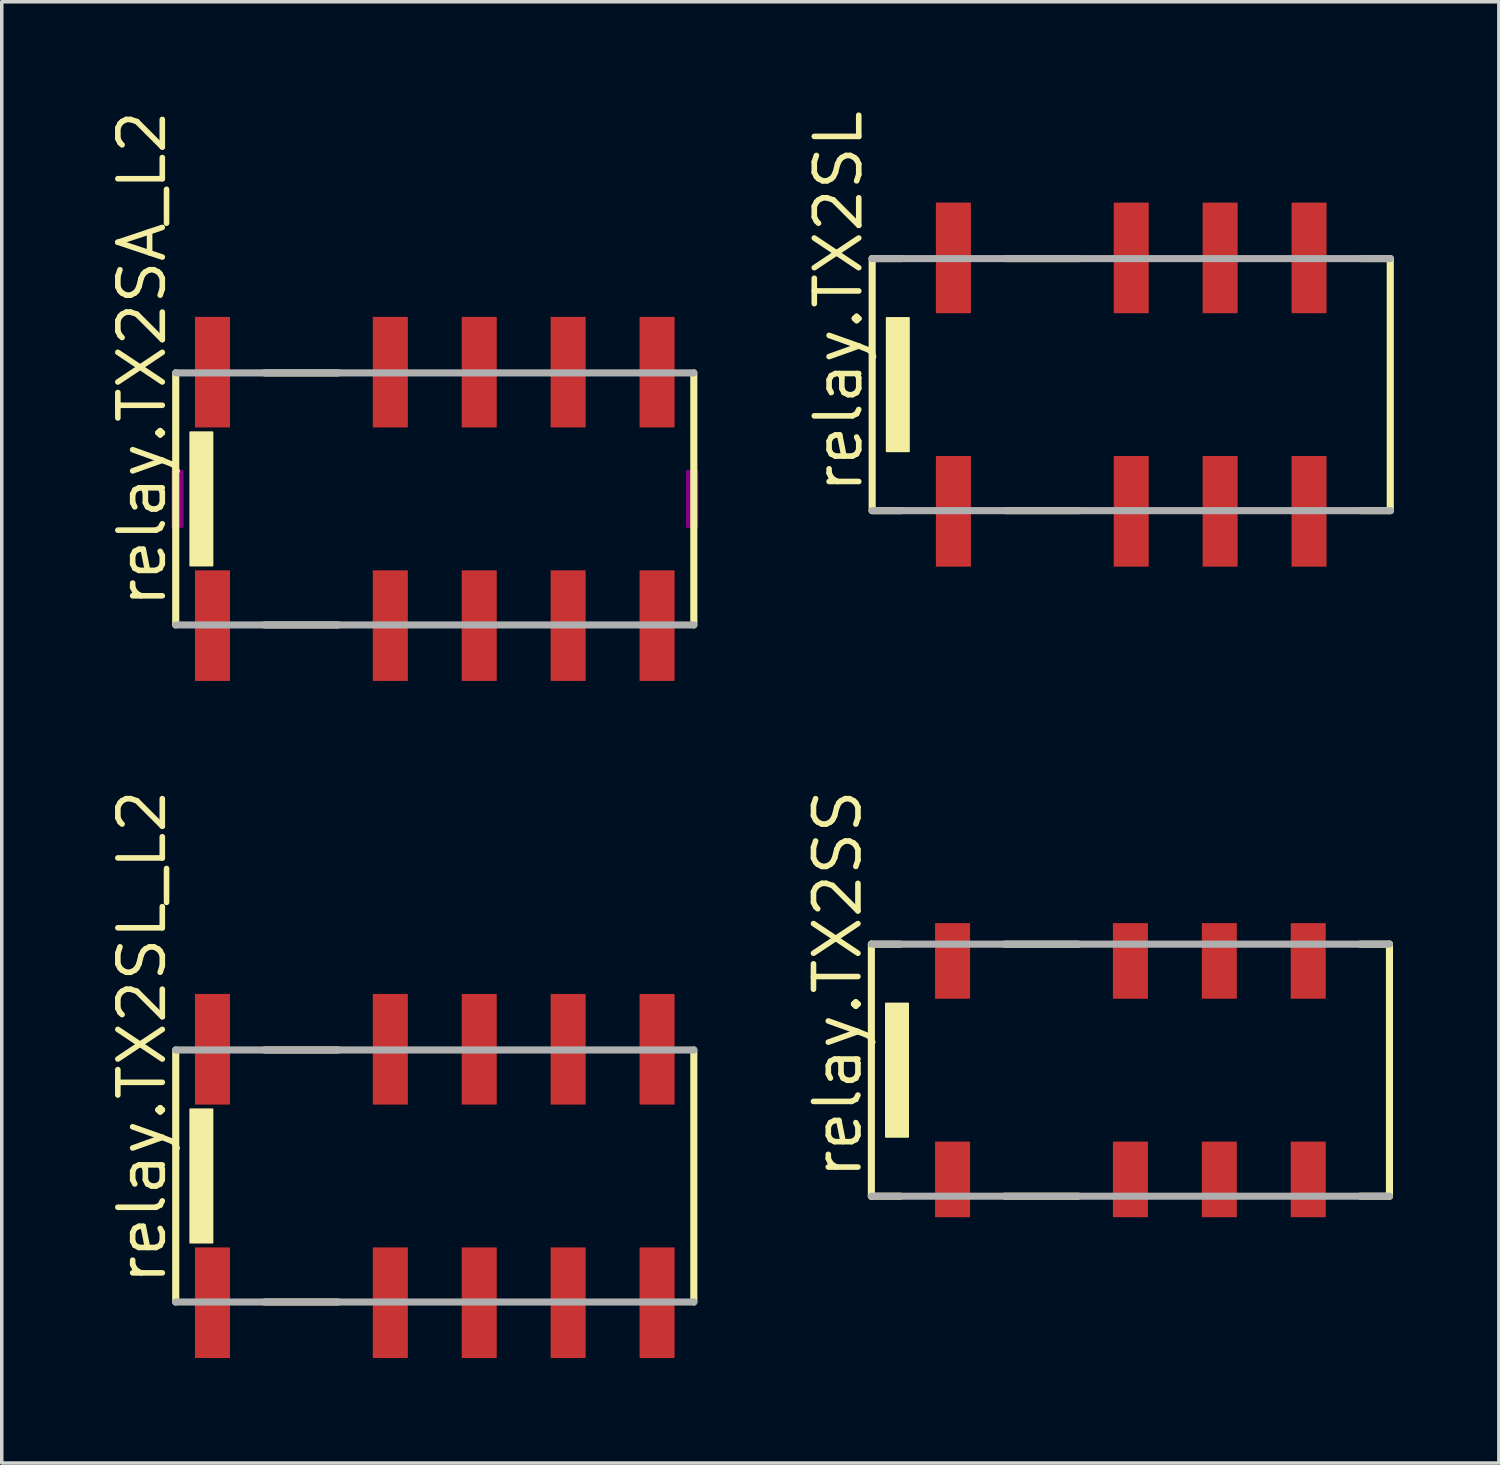
<source format=kicad_pcb>
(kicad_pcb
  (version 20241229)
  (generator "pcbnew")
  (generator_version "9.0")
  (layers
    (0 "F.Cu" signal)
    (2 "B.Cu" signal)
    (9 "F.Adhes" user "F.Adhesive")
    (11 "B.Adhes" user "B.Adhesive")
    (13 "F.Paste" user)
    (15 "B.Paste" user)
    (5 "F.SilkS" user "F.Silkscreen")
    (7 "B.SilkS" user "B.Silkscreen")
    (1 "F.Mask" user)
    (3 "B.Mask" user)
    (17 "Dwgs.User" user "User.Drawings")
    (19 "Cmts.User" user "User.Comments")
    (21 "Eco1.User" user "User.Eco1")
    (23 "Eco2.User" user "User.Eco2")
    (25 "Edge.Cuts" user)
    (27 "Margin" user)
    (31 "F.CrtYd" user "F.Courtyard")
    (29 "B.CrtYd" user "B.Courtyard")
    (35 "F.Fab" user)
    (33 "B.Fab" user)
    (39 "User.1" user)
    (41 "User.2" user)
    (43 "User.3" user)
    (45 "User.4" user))
  (footprint "relay.TX2SL_L2"
    (layer "F.Cu")
    (at 9.37 30.544)
    (property "Reference" "relay.TX2SL_L2" (at -7.62 3.175 90) (layer "F.SilkS") (effects (font (size 1.27 1.27) (thickness 0.16)) (justify left bottom)))
    (attr smd)
    (fp_line (start -7.4 3.6) (end -7.4 -3.6) (stroke (width 0.203) (type default)) (layer "F.SilkS"))
    (fp_line (start -4.86 -3.6) (end -2.76 -3.6) (stroke (width 0.203) (type default)) (layer "F.SilkS"))
    (fp_line (start -2.76 3.6) (end -4.86 3.6) (stroke (width 0.203) (type default)) (layer "F.SilkS"))
    (fp_line (start 7.4 -3.6) (end 7.4 3.6) (stroke (width 0.203) (type default)) (layer "F.SilkS"))
    (fp_rect (start -6.985 1.905) (end -6.35 -1.905) (stroke (width 0.05) (type default)) (fill yes) (layer "F.SilkS"))
    (fp_line (start -7.4 -3.6) (end 7.4 -3.6) (stroke (width 0.203) (type default)) (layer "F.Fab"))
    (fp_line (start 7.4 3.6) (end -7.4 3.6) (stroke (width 0.203) (type default)) (layer "F.Fab"))
    (pad "1" smd roundrect (at -6.35 3.62) (size 1 3.16) (layers "F.Cu" "F.Mask" "F.Paste") (roundrect_rratio 0.01))
    (pad "3" smd roundrect (at -1.27 3.62) (size 1 3.16) (layers "F.Cu" "F.Mask" "F.Paste") (roundrect_rratio 0.01))
    (pad "4" smd roundrect (at 1.27 3.62) (size 1 3.16) (layers "F.Cu" "F.Mask" "F.Paste") (roundrect_rratio 0.01))
    (pad "5" smd roundrect (at 3.81 3.62) (size 1 3.16) (layers "F.Cu" "F.Mask" "F.Paste") (roundrect_rratio 0.01))
    (pad "6" smd roundrect (at 6.35 3.62) (size 1 3.16) (layers "F.Cu" "F.Mask" "F.Paste") (roundrect_rratio 0.01))
    (pad "7" smd roundrect (at 6.35 -3.62 180) (size 1 3.16) (layers "F.Cu" "F.Mask" "F.Paste") (roundrect_rratio 0.01))
    (pad "8" smd roundrect (at 3.81 -3.62 180) (size 1 3.16) (layers "F.Cu" "F.Mask" "F.Paste") (roundrect_rratio 0.01))
    (pad "9" smd roundrect (at 1.27 -3.62 180) (size 1 3.16) (layers "F.Cu" "F.Mask" "F.Paste") (roundrect_rratio 0.01))
    (pad "10" smd roundrect (at -1.27 -3.62 180) (size 1 3.16) (layers "F.Cu" "F.Mask" "F.Paste") (roundrect_rratio 0.01))
    (pad "12" smd roundrect (at -6.35 -3.62 180) (size 1 3.16) (layers "F.Cu" "F.Mask" "F.Paste") (roundrect_rratio 0.01)))
  (footprint "relay.TX2SS"
    (layer "F.Cu")
    (at 29.242 27.521)
    (property "Reference" "relay.TX2SS" (at -7.62 3.175 90) (layer "F.SilkS") (effects (font (size 1.27 1.27) (thickness 0.16)) (justify left bottom)))
    (attr smd)
    (fp_line (start -7.4 -3.6) (end -6.57 -3.6) (stroke (width 0.203) (type default)) (layer "F.SilkS"))
    (fp_line (start -7.4 3.6) (end -7.4 -3.6) (stroke (width 0.203) (type default)) (layer "F.SilkS"))
    (fp_line (start -6.57 3.6) (end -7.4 3.6) (stroke (width 0.203) (type default)) (layer "F.SilkS"))
    (fp_line (start -3.59 -3.6) (end -1.49 -3.6) (stroke (width 0.203) (type default)) (layer "F.SilkS"))
    (fp_line (start -1.49 3.6) (end -3.59 3.6) (stroke (width 0.203) (type default)) (layer "F.SilkS"))
    (fp_line (start 6.57 -3.6) (end 7.4 -3.6) (stroke (width 0.203) (type default)) (layer "F.SilkS"))
    (fp_line (start 7.4 -3.6) (end 7.4 3.6) (stroke (width 0.203) (type default)) (layer "F.SilkS"))
    (fp_line (start 7.4 3.6) (end 6.57 3.6) (stroke (width 0.203) (type default)) (layer "F.SilkS"))
    (fp_rect (start -6.985 1.905) (end -6.35 -1.905) (stroke (width 0.05) (type default)) (fill yes) (layer "F.SilkS"))
    (fp_line (start -7.4 -3.6) (end 7.4 -3.6) (stroke (width 0.203) (type default)) (layer "F.Fab"))
    (fp_line (start 7.4 3.6) (end -7.4 3.6) (stroke (width 0.203) (type default)) (layer "F.Fab"))
    (pad "1" smd roundrect (at -5.08 3.12) (size 1 2.16) (layers "F.Cu" "F.Mask" "F.Paste") (roundrect_rratio 0.01))
    (pad "3" smd roundrect (at 0 3.12) (size 1 2.16) (layers "F.Cu" "F.Mask" "F.Paste") (roundrect_rratio 0.01))
    (pad "4" smd roundrect (at 2.54 3.12) (size 1 2.16) (layers "F.Cu" "F.Mask" "F.Paste") (roundrect_rratio 0.01))
    (pad "5" smd roundrect (at 5.08 3.12) (size 1 2.16) (layers "F.Cu" "F.Mask" "F.Paste") (roundrect_rratio 0.01))
    (pad "8" smd roundrect (at 5.08 -3.12 180) (size 1 2.16) (layers "F.Cu" "F.Mask" "F.Paste") (roundrect_rratio 0.01))
    (pad "9" smd roundrect (at 2.54 -3.12 180) (size 1 2.16) (layers "F.Cu" "F.Mask" "F.Paste") (roundrect_rratio 0.01))
    (pad "10" smd roundrect (at 0 -3.12 180) (size 1 2.16) (layers "F.Cu" "F.Mask" "F.Paste") (roundrect_rratio 0.01))
    (pad "12" smd roundrect (at -5.08 -3.12 180) (size 1 2.16) (layers "F.Cu" "F.Mask" "F.Paste") (roundrect_rratio 0.01)))
  (footprint "relay.TX2SL"
    (layer "F.Cu")
    (at 29.265 7.937)
    (property "Reference" "relay.TX2SL" (at -7.62 3.175 90) (layer "F.SilkS") (effects (font (size 1.27 1.27) (thickness 0.16)) (justify left bottom)))
    (attr smd)
    (fp_line (start -7.4 -3.6) (end -6.57 -3.6) (stroke (width 0.203) (type default)) (layer "F.SilkS"))
    (fp_line (start -7.4 3.6) (end -7.4 -3.6) (stroke (width 0.203) (type default)) (layer "F.SilkS"))
    (fp_line (start -6.57 3.6) (end -7.4 3.6) (stroke (width 0.203) (type default)) (layer "F.SilkS"))
    (fp_line (start -3.59 -3.6) (end -1.49 -3.6) (stroke (width 0.203) (type default)) (layer "F.SilkS"))
    (fp_line (start -1.49 3.6) (end -3.59 3.6) (stroke (width 0.203) (type default)) (layer "F.SilkS"))
    (fp_line (start 6.57 -3.6) (end 7.4 -3.6) (stroke (width 0.203) (type default)) (layer "F.SilkS"))
    (fp_line (start 7.4 -3.6) (end 7.4 3.6) (stroke (width 0.203) (type default)) (layer "F.SilkS"))
    (fp_line (start 7.4 3.6) (end 6.57 3.6) (stroke (width 0.203) (type default)) (layer "F.SilkS"))
    (fp_rect (start -6.985 1.905) (end -6.35 -1.905) (stroke (width 0.05) (type default)) (fill yes) (layer "F.SilkS"))
    (fp_line (start -7.4 -3.6) (end 7.4 -3.6) (stroke (width 0.203) (type default)) (layer "F.Fab"))
    (fp_line (start 7.4 3.6) (end -7.4 3.6) (stroke (width 0.203) (type default)) (layer "F.Fab"))
    (pad "1" smd roundrect (at -5.08 3.62) (size 1 3.16) (layers "F.Cu" "F.Mask" "F.Paste") (roundrect_rratio 0.01))
    (pad "3" smd roundrect (at 0 3.62) (size 1 3.16) (layers "F.Cu" "F.Mask" "F.Paste") (roundrect_rratio 0.01))
    (pad "4" smd roundrect (at 2.54 3.62) (size 1 3.16) (layers "F.Cu" "F.Mask" "F.Paste") (roundrect_rratio 0.01))
    (pad "5" smd roundrect (at 5.08 3.62) (size 1 3.16) (layers "F.Cu" "F.Mask" "F.Paste") (roundrect_rratio 0.01))
    (pad "8" smd roundrect (at 5.08 -3.62 180) (size 1 3.16) (layers "F.Cu" "F.Mask" "F.Paste") (roundrect_rratio 0.01))
    (pad "9" smd roundrect (at 2.54 -3.62 180) (size 1 3.16) (layers "F.Cu" "F.Mask" "F.Paste") (roundrect_rratio 0.01))
    (pad "10" smd roundrect (at 0 -3.62 180) (size 1 3.16) (layers "F.Cu" "F.Mask" "F.Paste") (roundrect_rratio 0.01))
    (pad "12" smd roundrect (at -5.08 -3.62 180) (size 1 3.16) (layers "F.Cu" "F.Mask" "F.Paste") (roundrect_rratio 0.01)))
  (footprint "relay.TX2SA_L2"
    (layer "F.Cu")
    (at 9.37 11.202)
    (property "Reference" "relay.TX2SA_L2" (at -7.62 3.175 90) (layer "F.SilkS") (effects (font (size 1.27 1.27) (thickness 0.16)) (justify left bottom)))
    (attr smd)
    (fp_line (start -7.4 3.6) (end -7.4 -3.6) (stroke (width 0.203) (type default)) (layer "F.SilkS"))
    (fp_line (start -4.86 -3.6) (end -2.76 -3.6) (stroke (width 0.203) (type default)) (layer "F.SilkS"))
    (fp_line (start -2.76 3.6) (end -4.86 3.6) (stroke (width 0.203) (type default)) (layer "F.SilkS"))
    (fp_line (start 7.4 -3.6) (end 7.4 3.6) (stroke (width 0.203) (type default)) (layer "F.SilkS"))
    (fp_rect (start -6.985 1.905) (end -6.35 -1.905) (stroke (width 0.05) (type default)) (fill yes) (layer "F.SilkS"))
    (fp_rect (start -7.5 0.8) (end -7.2 -0.8) (stroke (width 0.05) (type default)) (fill yes) (layer "F.Adhes"))
    (fp_rect (start 7.2 0.8) (end 7.5 -0.8) (stroke (width 0.05) (type default)) (fill yes) (layer "F.Adhes"))
    (fp_line (start -7.4 -3.6) (end 7.4 -3.6) (stroke (width 0.203) (type default)) (layer "F.Fab"))
    (fp_line (start 7.4 3.6) (end -7.4 3.6) (stroke (width 0.203) (type default)) (layer "F.Fab"))
    (pad "1" smd roundrect (at -6.35 3.62) (size 1 3.16) (layers "F.Cu" "F.Mask" "F.Paste") (roundrect_rratio 0.01))
    (pad "3" smd roundrect (at -1.27 3.62) (size 1 3.16) (layers "F.Cu" "F.Mask" "F.Paste") (roundrect_rratio 0.01))
    (pad "4" smd roundrect (at 1.27 3.62) (size 1 3.16) (layers "F.Cu" "F.Mask" "F.Paste") (roundrect_rratio 0.01))
    (pad "5" smd roundrect (at 3.81 3.62) (size 1 3.16) (layers "F.Cu" "F.Mask" "F.Paste") (roundrect_rratio 0.01))
    (pad "6" smd roundrect (at 6.35 3.62) (size 1 3.16) (layers "F.Cu" "F.Mask" "F.Paste") (roundrect_rratio 0.01))
    (pad "7" smd roundrect (at 6.35 -3.62 180) (size 1 3.16) (layers "F.Cu" "F.Mask" "F.Paste") (roundrect_rratio 0.01))
    (pad "8" smd roundrect (at 3.81 -3.62 180) (size 1 3.16) (layers "F.Cu" "F.Mask" "F.Paste") (roundrect_rratio 0.01))
    (pad "9" smd roundrect (at 1.27 -3.62 180) (size 1 3.16) (layers "F.Cu" "F.Mask" "F.Paste") (roundrect_rratio 0.01))
    (pad "10" smd roundrect (at -1.27 -3.62 180) (size 1 3.16) (layers "F.Cu" "F.Mask" "F.Paste") (roundrect_rratio 0.01))
    (pad "12" smd roundrect (at -6.35 -3.62 180) (size 1 3.16) (layers "F.Cu" "F.Mask" "F.Paste") (roundrect_rratio 0.01)))
  (gr_rect
    (start -3 -3)
    (end 39.767 38.744)
    (stroke (width 0.1) (type default))
    (fill no)
    (layer "Edge.Cuts")))
</source>
